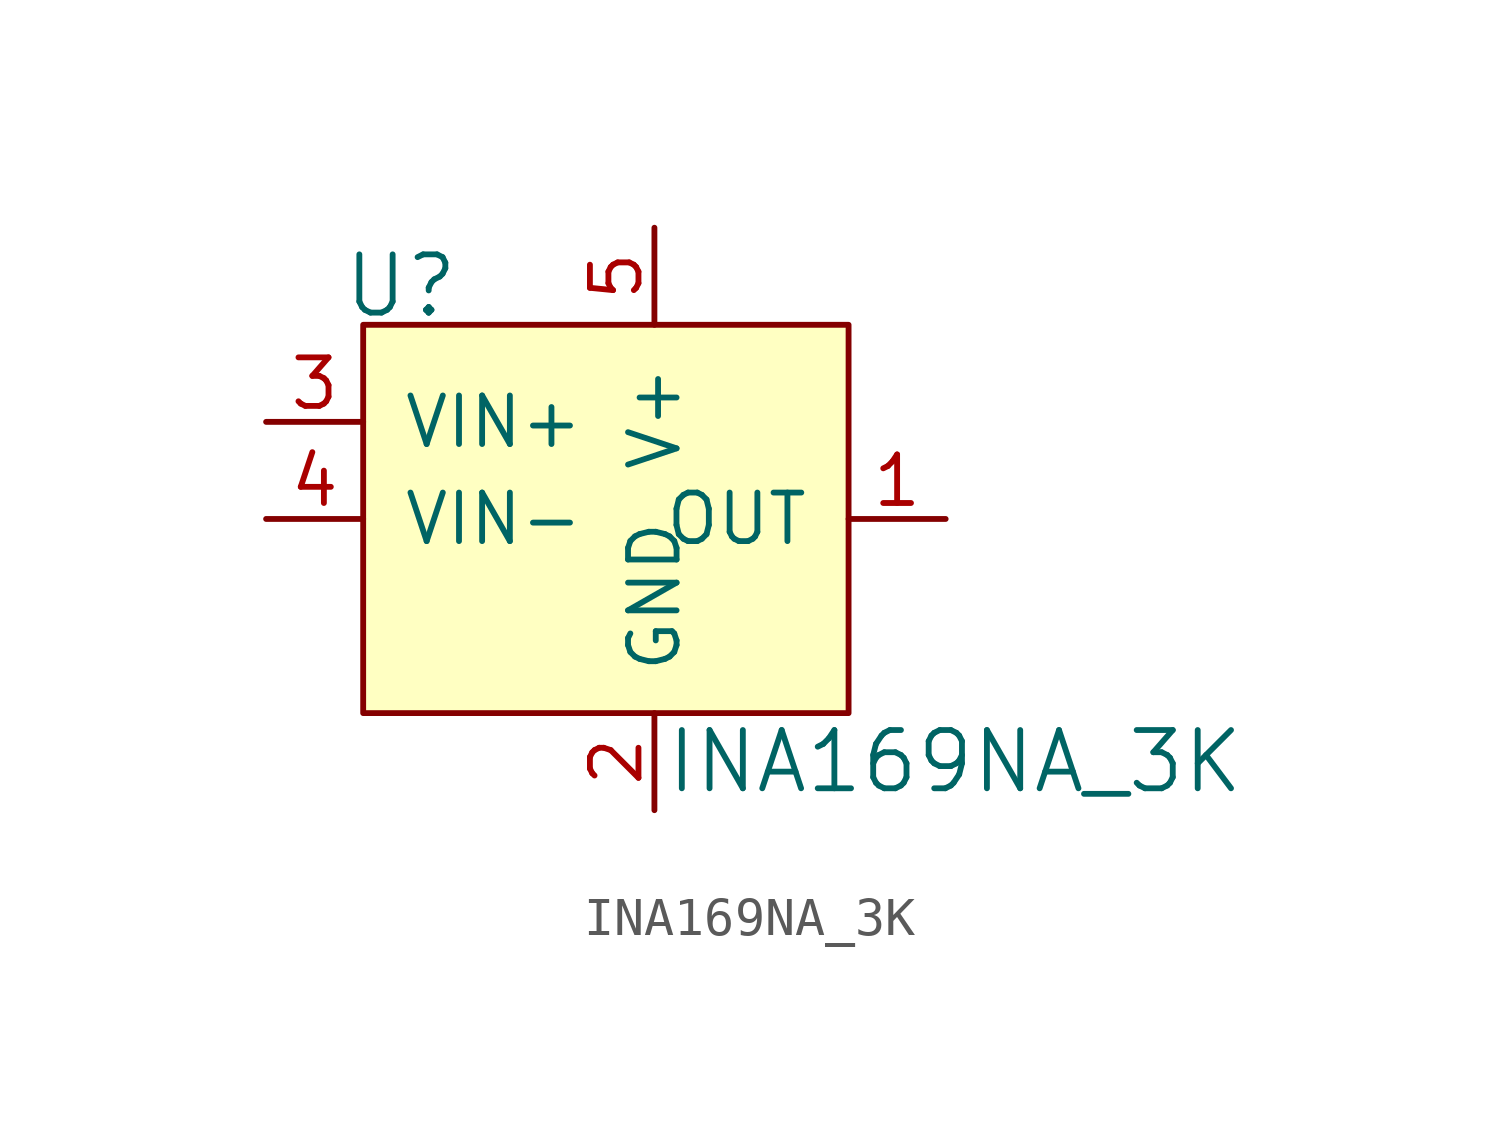
<source format=kicad_sym>
(kicad_symbol_lib
  (version 20231120)
  (generator "kicad_symbol_editor")
  (generator_version "8.0")
  (symbol "INA169NA_3K"
    (pin_names
      (offset 1.016))
    (property "Reference" "U"
      (at -5.08 11.176 0)
      (effects (font (size 1.524 1.524)) (justify right)))
    (property "Value" "INA169NA_3K"
      (at 0.254 -1.27 0)
      (effects (font (size 1.524 1.524)) (justify left)))
    (symbol "INA169NA_3K_0_1"
      (rectangle (start -7.62 10.16) (end 5.08 0) (stroke (width 0) (type solid)) (fill (type background))))
    (symbol "INA169NA_3K_1_1"
      (pin power_out line (at 7.62 5.08 180) (length 2.54) (name "OUT" (effects (font (size 1.27 1.27)))) (number "1" (effects (font (size 1.27 1.27)))))
      (pin power_in line (at 0 -2.54 90) (length 2.54) (name "GND" (effects (font (size 1.27 1.27)))) (number "2" (effects (font (size 1.27 1.27)))))
      (pin passive line (at -10.16 7.62 0) (length 2.54) (name "VIN+" (effects (font (size 1.27 1.27)))) (number "3" (effects (font (size 1.27 1.27)))))
      (pin passive line (at -10.16 5.08 0) (length 2.54) (name "VIN-" (effects (font (size 1.27 1.27)))) (number "4" (effects (font (size 1.27 1.27)))))
      (pin power_in line (at 0 12.7 270) (length 2.54) (name "V+" (effects (font (size 1.27 1.27)))) (number "5" (effects (font (size 1.27 1.27))))))))
</source>
